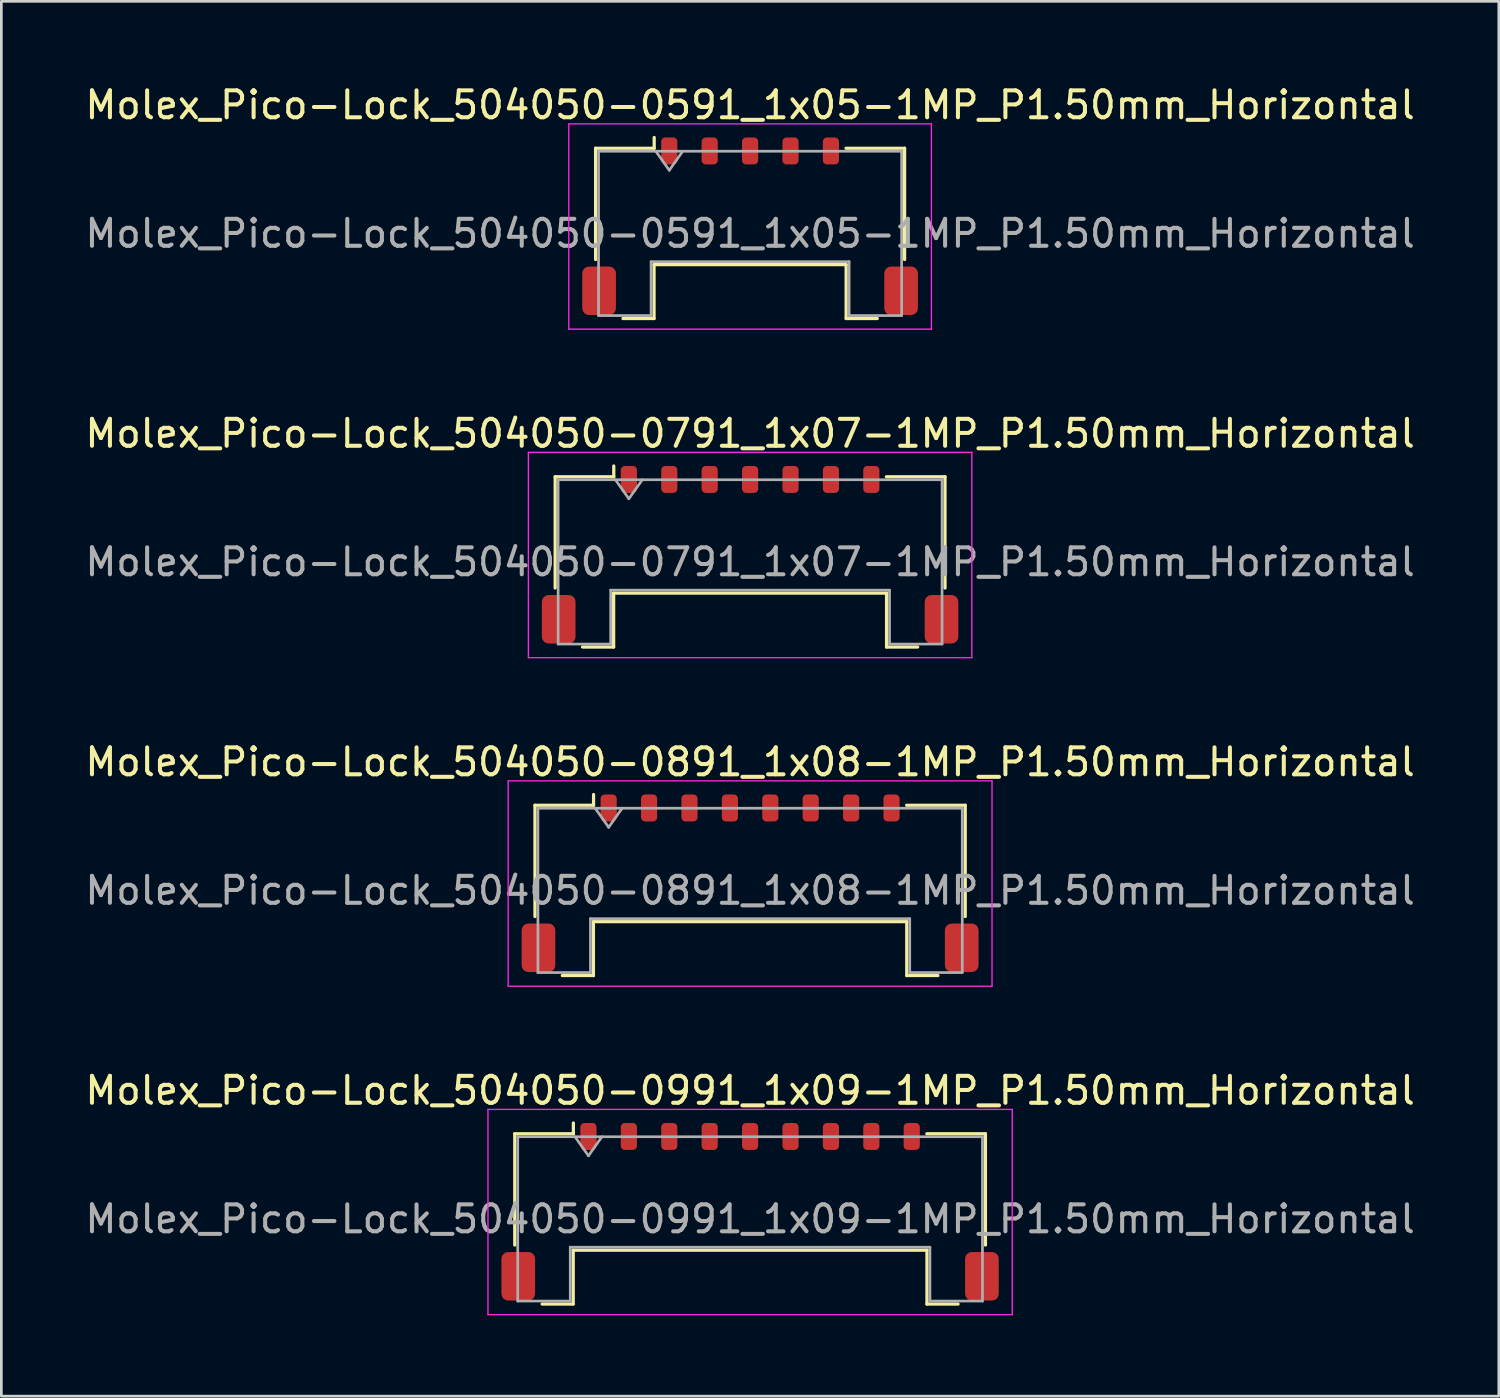
<source format=kicad_pcb>
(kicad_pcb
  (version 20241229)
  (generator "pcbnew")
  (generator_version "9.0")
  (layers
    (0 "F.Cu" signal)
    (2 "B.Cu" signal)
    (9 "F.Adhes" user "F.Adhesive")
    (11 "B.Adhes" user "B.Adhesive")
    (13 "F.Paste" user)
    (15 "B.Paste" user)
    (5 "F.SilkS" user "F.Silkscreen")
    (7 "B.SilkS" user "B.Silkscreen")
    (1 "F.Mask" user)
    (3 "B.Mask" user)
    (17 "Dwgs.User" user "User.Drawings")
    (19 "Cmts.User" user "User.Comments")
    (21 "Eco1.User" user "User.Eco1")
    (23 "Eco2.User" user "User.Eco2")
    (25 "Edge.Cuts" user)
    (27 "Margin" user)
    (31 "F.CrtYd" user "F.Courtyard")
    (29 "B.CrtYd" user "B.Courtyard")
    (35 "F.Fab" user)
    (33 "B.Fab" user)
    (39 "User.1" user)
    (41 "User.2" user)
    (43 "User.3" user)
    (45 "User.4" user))
  (footprint "Molex_Pico-Lock_504050-0991_1x09-1MP_P1.50mm_Horizontal"
    (layer "F.Cu")
    (at 24.792 41.928)
    (property "Reference" "Molex_Pico-Lock_504050-0991_1x09-1MP_P1.50mm_Horizontal" (at 0 -4.5 0) (layer "F.SilkS") (effects (font (size 1 1) (thickness 0.15))))
    (attr smd)
    (fp_line (start -8.735 -2.895) (end -6.56 -2.895) (stroke (width 0.12) (type solid)) (layer "F.SilkS"))
    (fp_line (start -8.735 1.235) (end -8.735 -2.895) (stroke (width 0.12) (type solid)) (layer "F.SilkS"))
    (fp_line (start -7.72 3.425) (end -6.565 3.425) (stroke (width 0.12) (type solid)) (layer "F.SilkS"))
    (fp_line (start -6.565 1.425) (end 6.565 1.425) (stroke (width 0.12) (type solid)) (layer "F.SilkS"))
    (fp_line (start -6.565 3.425) (end -6.565 1.425) (stroke (width 0.12) (type solid)) (layer "F.SilkS"))
    (fp_line (start -6.56 -2.895) (end -6.56 -3.295) (stroke (width 0.12) (type solid)) (layer "F.SilkS"))
    (fp_line (start 6.565 1.425) (end 6.565 3.425) (stroke (width 0.12) (type solid)) (layer "F.SilkS"))
    (fp_line (start 6.565 3.425) (end 7.72 3.425) (stroke (width 0.12) (type solid)) (layer "F.SilkS"))
    (fp_line (start 8.735 -2.895) (end 6.56 -2.895) (stroke (width 0.12) (type solid)) (layer "F.SilkS"))
    (fp_line (start 8.735 1.235) (end 8.735 -2.895) (stroke (width 0.12) (type solid)) (layer "F.SilkS"))
    (fp_line (start -9.73 -3.8) (end -9.73 3.82) (stroke (width 0.05) (type solid)) (layer "F.CrtYd"))
    (fp_line (start -9.73 3.82) (end 9.73 3.82) (stroke (width 0.05) (type solid)) (layer "F.CrtYd"))
    (fp_line (start 9.73 -3.8) (end -9.73 -3.8) (stroke (width 0.05) (type solid)) (layer "F.CrtYd"))
    (fp_line (start 9.73 3.82) (end 9.73 -3.8) (stroke (width 0.05) (type solid)) (layer "F.CrtYd"))
    (fp_line (start -8.625 -2.785) (end -8.625 3.315) (stroke (width 0.1) (type solid)) (layer "F.Fab"))
    (fp_line (start -8.625 -2.785) (end 8.625 -2.785) (stroke (width 0.1) (type solid)) (layer "F.Fab"))
    (fp_line (start -8.625 3.315) (end -6.675 3.315) (stroke (width 0.1) (type solid)) (layer "F.Fab"))
    (fp_line (start -6.675 1.315) (end 6.675 1.315) (stroke (width 0.1) (type solid)) (layer "F.Fab"))
    (fp_line (start -6.675 3.315) (end -6.675 1.315) (stroke (width 0.1) (type solid)) (layer "F.Fab"))
    (fp_line (start -6.5 -2.785) (end -6 -2.078) (stroke (width 0.1) (type solid)) (layer "F.Fab"))
    (fp_line (start -6 -2.078) (end -5.5 -2.785) (stroke (width 0.1) (type solid)) (layer "F.Fab"))
    (fp_line (start 6.675 1.315) (end 6.675 3.315) (stroke (width 0.1) (type solid)) (layer "F.Fab"))
    (fp_line (start 6.675 3.315) (end 8.625 3.315) (stroke (width 0.1) (type solid)) (layer "F.Fab"))
    (fp_line (start 8.625 -2.785) (end 8.625 3.315) (stroke (width 0.1) (type solid)) (layer "F.Fab"))
    (fp_text user "${REFERENCE}" (at 0 0.27 0) (layer "F.Fab") (effects (font (size 1 1) (thickness 0.15))))
    (pad "1" smd roundrect (at -6 -2.795) (size 0.6 1) (layers "F.Cu" "F.Mask" "F.Paste") (roundrect_rratio 0.25))
    (pad "2" smd roundrect (at -4.5 -2.795) (size 0.6 1) (layers "F.Cu" "F.Mask" "F.Paste") (roundrect_rratio 0.25))
    (pad "3" smd roundrect (at -3 -2.795) (size 0.6 1) (layers "F.Cu" "F.Mask" "F.Paste") (roundrect_rratio 0.25))
    (pad "4" smd roundrect (at -1.5 -2.795) (size 0.6 1) (layers "F.Cu" "F.Mask" "F.Paste") (roundrect_rratio 0.25))
    (pad "5" smd roundrect (at 0 -2.795) (size 0.6 1) (layers "F.Cu" "F.Mask" "F.Paste") (roundrect_rratio 0.25))
    (pad "6" smd roundrect (at 1.5 -2.795) (size 0.6 1) (layers "F.Cu" "F.Mask" "F.Paste") (roundrect_rratio 0.25))
    (pad "7" smd roundrect (at 3 -2.795) (size 0.6 1) (layers "F.Cu" "F.Mask" "F.Paste") (roundrect_rratio 0.25))
    (pad "8" smd roundrect (at 4.5 -2.795) (size 0.6 1) (layers "F.Cu" "F.Mask" "F.Paste") (roundrect_rratio 0.25))
    (pad "9" smd roundrect (at 6 -2.795) (size 0.6 1) (layers "F.Cu" "F.Mask" "F.Paste") (roundrect_rratio 0.25))
    (pad "MP" smd roundrect (at -8.605 2.395) (size 1.25 1.8) (layers "F.Cu" "F.Mask" "F.Paste") (roundrect_rratio 0.2))
    (pad "MP" smd roundrect (at 8.605 2.395) (size 1.25 1.8) (layers "F.Cu" "F.Mask" "F.Paste") (roundrect_rratio 0.2)))
  (footprint "Molex_Pico-Lock_504050-0791_1x07-1MP_P1.50mm_Horizontal"
    (layer "F.Cu")
    (at 24.792 17.541)
    (property "Reference" "Molex_Pico-Lock_504050-0791_1x07-1MP_P1.50mm_Horizontal" (at 0 -4.5 0) (layer "F.SilkS") (effects (font (size 1 1) (thickness 0.15))))
    (attr smd)
    (fp_line (start -7.235 -2.895) (end -5.06 -2.895) (stroke (width 0.12) (type solid)) (layer "F.SilkS"))
    (fp_line (start -7.235 1.235) (end -7.235 -2.895) (stroke (width 0.12) (type solid)) (layer "F.SilkS"))
    (fp_line (start -6.22 3.425) (end -5.065 3.425) (stroke (width 0.12) (type solid)) (layer "F.SilkS"))
    (fp_line (start -5.065 1.425) (end 5.065 1.425) (stroke (width 0.12) (type solid)) (layer "F.SilkS"))
    (fp_line (start -5.065 3.425) (end -5.065 1.425) (stroke (width 0.12) (type solid)) (layer "F.SilkS"))
    (fp_line (start -5.06 -2.895) (end -5.06 -3.295) (stroke (width 0.12) (type solid)) (layer "F.SilkS"))
    (fp_line (start 5.065 1.425) (end 5.065 3.425) (stroke (width 0.12) (type solid)) (layer "F.SilkS"))
    (fp_line (start 5.065 3.425) (end 6.22 3.425) (stroke (width 0.12) (type solid)) (layer "F.SilkS"))
    (fp_line (start 7.235 -2.895) (end 5.06 -2.895) (stroke (width 0.12) (type solid)) (layer "F.SilkS"))
    (fp_line (start 7.235 1.235) (end 7.235 -2.895) (stroke (width 0.12) (type solid)) (layer "F.SilkS"))
    (fp_line (start -8.23 -3.8) (end -8.23 3.82) (stroke (width 0.05) (type solid)) (layer "F.CrtYd"))
    (fp_line (start -8.23 3.82) (end 8.23 3.82) (stroke (width 0.05) (type solid)) (layer "F.CrtYd"))
    (fp_line (start 8.23 -3.8) (end -8.23 -3.8) (stroke (width 0.05) (type solid)) (layer "F.CrtYd"))
    (fp_line (start 8.23 3.82) (end 8.23 -3.8) (stroke (width 0.05) (type solid)) (layer "F.CrtYd"))
    (fp_line (start -7.125 -2.785) (end -7.125 3.315) (stroke (width 0.1) (type solid)) (layer "F.Fab"))
    (fp_line (start -7.125 -2.785) (end 7.125 -2.785) (stroke (width 0.1) (type solid)) (layer "F.Fab"))
    (fp_line (start -7.125 3.315) (end -5.175 3.315) (stroke (width 0.1) (type solid)) (layer "F.Fab"))
    (fp_line (start -5.175 1.315) (end 5.175 1.315) (stroke (width 0.1) (type solid)) (layer "F.Fab"))
    (fp_line (start -5.175 3.315) (end -5.175 1.315) (stroke (width 0.1) (type solid)) (layer "F.Fab"))
    (fp_line (start -5 -2.785) (end -4.5 -2.078) (stroke (width 0.1) (type solid)) (layer "F.Fab"))
    (fp_line (start -4.5 -2.078) (end -4 -2.785) (stroke (width 0.1) (type solid)) (layer "F.Fab"))
    (fp_line (start 5.175 1.315) (end 5.175 3.315) (stroke (width 0.1) (type solid)) (layer "F.Fab"))
    (fp_line (start 5.175 3.315) (end 7.125 3.315) (stroke (width 0.1) (type solid)) (layer "F.Fab"))
    (fp_line (start 7.125 -2.785) (end 7.125 3.315) (stroke (width 0.1) (type solid)) (layer "F.Fab"))
    (fp_text user "${REFERENCE}" (at 0 0.27 0) (layer "F.Fab") (effects (font (size 1 1) (thickness 0.15))))
    (pad "1" smd roundrect (at -4.5 -2.795) (size 0.6 1) (layers "F.Cu" "F.Mask" "F.Paste") (roundrect_rratio 0.25))
    (pad "2" smd roundrect (at -3 -2.795) (size 0.6 1) (layers "F.Cu" "F.Mask" "F.Paste") (roundrect_rratio 0.25))
    (pad "3" smd roundrect (at -1.5 -2.795) (size 0.6 1) (layers "F.Cu" "F.Mask" "F.Paste") (roundrect_rratio 0.25))
    (pad "4" smd roundrect (at 0 -2.795) (size 0.6 1) (layers "F.Cu" "F.Mask" "F.Paste") (roundrect_rratio 0.25))
    (pad "5" smd roundrect (at 1.5 -2.795) (size 0.6 1) (layers "F.Cu" "F.Mask" "F.Paste") (roundrect_rratio 0.25))
    (pad "6" smd roundrect (at 3 -2.795) (size 0.6 1) (layers "F.Cu" "F.Mask" "F.Paste") (roundrect_rratio 0.25))
    (pad "7" smd roundrect (at 4.5 -2.795) (size 0.6 1) (layers "F.Cu" "F.Mask" "F.Paste") (roundrect_rratio 0.25))
    (pad "MP" smd roundrect (at -7.105 2.395) (size 1.25 1.8) (layers "F.Cu" "F.Mask" "F.Paste") (roundrect_rratio 0.2))
    (pad "MP" smd roundrect (at 7.105 2.395) (size 1.25 1.8) (layers "F.Cu" "F.Mask" "F.Paste") (roundrect_rratio 0.2)))
  (footprint "Molex_Pico-Lock_504050-0891_1x08-1MP_P1.50mm_Horizontal"
    (layer "F.Cu")
    (at 24.792 29.735)
    (property "Reference" "Molex_Pico-Lock_504050-0891_1x08-1MP_P1.50mm_Horizontal" (at 0 -4.5 0) (layer "F.SilkS") (effects (font (size 1 1) (thickness 0.15))))
    (attr smd)
    (fp_line (start -7.985 -2.895) (end -5.81 -2.895) (stroke (width 0.12) (type solid)) (layer "F.SilkS"))
    (fp_line (start -7.985 1.235) (end -7.985 -2.895) (stroke (width 0.12) (type solid)) (layer "F.SilkS"))
    (fp_line (start -6.97 3.425) (end -5.815 3.425) (stroke (width 0.12) (type solid)) (layer "F.SilkS"))
    (fp_line (start -5.815 1.425) (end 5.815 1.425) (stroke (width 0.12) (type solid)) (layer "F.SilkS"))
    (fp_line (start -5.815 3.425) (end -5.815 1.425) (stroke (width 0.12) (type solid)) (layer "F.SilkS"))
    (fp_line (start -5.81 -2.895) (end -5.81 -3.295) (stroke (width 0.12) (type solid)) (layer "F.SilkS"))
    (fp_line (start 5.815 1.425) (end 5.815 3.425) (stroke (width 0.12) (type solid)) (layer "F.SilkS"))
    (fp_line (start 5.815 3.425) (end 6.97 3.425) (stroke (width 0.12) (type solid)) (layer "F.SilkS"))
    (fp_line (start 7.985 -2.895) (end 5.81 -2.895) (stroke (width 0.12) (type solid)) (layer "F.SilkS"))
    (fp_line (start 7.985 1.235) (end 7.985 -2.895) (stroke (width 0.12) (type solid)) (layer "F.SilkS"))
    (fp_line (start -8.98 -3.8) (end -8.98 3.82) (stroke (width 0.05) (type solid)) (layer "F.CrtYd"))
    (fp_line (start -8.98 3.82) (end 8.98 3.82) (stroke (width 0.05) (type solid)) (layer "F.CrtYd"))
    (fp_line (start 8.98 -3.8) (end -8.98 -3.8) (stroke (width 0.05) (type solid)) (layer "F.CrtYd"))
    (fp_line (start 8.98 3.82) (end 8.98 -3.8) (stroke (width 0.05) (type solid)) (layer "F.CrtYd"))
    (fp_line (start -7.875 -2.785) (end -7.875 3.315) (stroke (width 0.1) (type solid)) (layer "F.Fab"))
    (fp_line (start -7.875 -2.785) (end 7.875 -2.785) (stroke (width 0.1) (type solid)) (layer "F.Fab"))
    (fp_line (start -7.875 3.315) (end -5.925 3.315) (stroke (width 0.1) (type solid)) (layer "F.Fab"))
    (fp_line (start -5.925 1.315) (end 5.925 1.315) (stroke (width 0.1) (type solid)) (layer "F.Fab"))
    (fp_line (start -5.925 3.315) (end -5.925 1.315) (stroke (width 0.1) (type solid)) (layer "F.Fab"))
    (fp_line (start -5.75 -2.785) (end -5.25 -2.078) (stroke (width 0.1) (type solid)) (layer "F.Fab"))
    (fp_line (start -5.25 -2.078) (end -4.75 -2.785) (stroke (width 0.1) (type solid)) (layer "F.Fab"))
    (fp_line (start 5.925 1.315) (end 5.925 3.315) (stroke (width 0.1) (type solid)) (layer "F.Fab"))
    (fp_line (start 5.925 3.315) (end 7.875 3.315) (stroke (width 0.1) (type solid)) (layer "F.Fab"))
    (fp_line (start 7.875 -2.785) (end 7.875 3.315) (stroke (width 0.1) (type solid)) (layer "F.Fab"))
    (fp_text user "${REFERENCE}" (at 0 0.27 0) (layer "F.Fab") (effects (font (size 1 1) (thickness 0.15))))
    (pad "1" smd roundrect (at -5.25 -2.795) (size 0.6 1) (layers "F.Cu" "F.Mask" "F.Paste") (roundrect_rratio 0.25))
    (pad "2" smd roundrect (at -3.75 -2.795) (size 0.6 1) (layers "F.Cu" "F.Mask" "F.Paste") (roundrect_rratio 0.25))
    (pad "3" smd roundrect (at -2.25 -2.795) (size 0.6 1) (layers "F.Cu" "F.Mask" "F.Paste") (roundrect_rratio 0.25))
    (pad "4" smd roundrect (at -0.75 -2.795) (size 0.6 1) (layers "F.Cu" "F.Mask" "F.Paste") (roundrect_rratio 0.25))
    (pad "5" smd roundrect (at 0.75 -2.795) (size 0.6 1) (layers "F.Cu" "F.Mask" "F.Paste") (roundrect_rratio 0.25))
    (pad "6" smd roundrect (at 2.25 -2.795) (size 0.6 1) (layers "F.Cu" "F.Mask" "F.Paste") (roundrect_rratio 0.25))
    (pad "7" smd roundrect (at 3.75 -2.795) (size 0.6 1) (layers "F.Cu" "F.Mask" "F.Paste") (roundrect_rratio 0.25))
    (pad "8" smd roundrect (at 5.25 -2.795) (size 0.6 1) (layers "F.Cu" "F.Mask" "F.Paste") (roundrect_rratio 0.25))
    (pad "MP" smd roundrect (at -7.855 2.395) (size 1.25 1.8) (layers "F.Cu" "F.Mask" "F.Paste") (roundrect_rratio 0.2))
    (pad "MP" smd roundrect (at 7.855 2.395) (size 1.25 1.8) (layers "F.Cu" "F.Mask" "F.Paste") (roundrect_rratio 0.2)))
  (footprint "Molex_Pico-Lock_504050-0591_1x05-1MP_P1.50mm_Horizontal"
    (layer "F.Cu")
    (at 24.792 5.348)
    (property "Reference" "Molex_Pico-Lock_504050-0591_1x05-1MP_P1.50mm_Horizontal" (at 0 -4.5 0) (layer "F.SilkS") (effects (font (size 1 1) (thickness 0.15))))
    (attr smd)
    (fp_line (start -5.735 -2.895) (end -3.56 -2.895) (stroke (width 0.12) (type solid)) (layer "F.SilkS"))
    (fp_line (start -5.735 1.235) (end -5.735 -2.895) (stroke (width 0.12) (type solid)) (layer "F.SilkS"))
    (fp_line (start -4.72 3.425) (end -3.565 3.425) (stroke (width 0.12) (type solid)) (layer "F.SilkS"))
    (fp_line (start -3.565 1.425) (end 3.565 1.425) (stroke (width 0.12) (type solid)) (layer "F.SilkS"))
    (fp_line (start -3.565 3.425) (end -3.565 1.425) (stroke (width 0.12) (type solid)) (layer "F.SilkS"))
    (fp_line (start -3.56 -2.895) (end -3.56 -3.295) (stroke (width 0.12) (type solid)) (layer "F.SilkS"))
    (fp_line (start 3.565 1.425) (end 3.565 3.425) (stroke (width 0.12) (type solid)) (layer "F.SilkS"))
    (fp_line (start 3.565 3.425) (end 4.72 3.425) (stroke (width 0.12) (type solid)) (layer "F.SilkS"))
    (fp_line (start 5.735 -2.895) (end 3.56 -2.895) (stroke (width 0.12) (type solid)) (layer "F.SilkS"))
    (fp_line (start 5.735 1.235) (end 5.735 -2.895) (stroke (width 0.12) (type solid)) (layer "F.SilkS"))
    (fp_line (start -6.73 -3.8) (end -6.73 3.82) (stroke (width 0.05) (type solid)) (layer "F.CrtYd"))
    (fp_line (start -6.73 3.82) (end 6.73 3.82) (stroke (width 0.05) (type solid)) (layer "F.CrtYd"))
    (fp_line (start 6.73 -3.8) (end -6.73 -3.8) (stroke (width 0.05) (type solid)) (layer "F.CrtYd"))
    (fp_line (start 6.73 3.82) (end 6.73 -3.8) (stroke (width 0.05) (type solid)) (layer "F.CrtYd"))
    (fp_line (start -5.625 -2.785) (end -5.625 3.315) (stroke (width 0.1) (type solid)) (layer "F.Fab"))
    (fp_line (start -5.625 -2.785) (end 5.625 -2.785) (stroke (width 0.1) (type solid)) (layer "F.Fab"))
    (fp_line (start -5.625 3.315) (end -3.675 3.315) (stroke (width 0.1) (type solid)) (layer "F.Fab"))
    (fp_line (start -3.675 1.315) (end 3.675 1.315) (stroke (width 0.1) (type solid)) (layer "F.Fab"))
    (fp_line (start -3.675 3.315) (end -3.675 1.315) (stroke (width 0.1) (type solid)) (layer "F.Fab"))
    (fp_line (start -3.5 -2.785) (end -3 -2.078) (stroke (width 0.1) (type solid)) (layer "F.Fab"))
    (fp_line (start -3 -2.078) (end -2.5 -2.785) (stroke (width 0.1) (type solid)) (layer "F.Fab"))
    (fp_line (start 3.675 1.315) (end 3.675 3.315) (stroke (width 0.1) (type solid)) (layer "F.Fab"))
    (fp_line (start 3.675 3.315) (end 5.625 3.315) (stroke (width 0.1) (type solid)) (layer "F.Fab"))
    (fp_line (start 5.625 -2.785) (end 5.625 3.315) (stroke (width 0.1) (type solid)) (layer "F.Fab"))
    (fp_text user "${REFERENCE}" (at 0 0.27 0) (layer "F.Fab") (effects (font (size 1 1) (thickness 0.15))))
    (pad "1" smd roundrect (at -3 -2.795) (size 0.6 1) (layers "F.Cu" "F.Mask" "F.Paste") (roundrect_rratio 0.25))
    (pad "2" smd roundrect (at -1.5 -2.795) (size 0.6 1) (layers "F.Cu" "F.Mask" "F.Paste") (roundrect_rratio 0.25))
    (pad "3" smd roundrect (at 0 -2.795) (size 0.6 1) (layers "F.Cu" "F.Mask" "F.Paste") (roundrect_rratio 0.25))
    (pad "4" smd roundrect (at 1.5 -2.795) (size 0.6 1) (layers "F.Cu" "F.Mask" "F.Paste") (roundrect_rratio 0.25))
    (pad "5" smd roundrect (at 3 -2.795) (size 0.6 1) (layers "F.Cu" "F.Mask" "F.Paste") (roundrect_rratio 0.25))
    (pad "MP" smd roundrect (at -5.605 2.395) (size 1.25 1.8) (layers "F.Cu" "F.Mask" "F.Paste") (roundrect_rratio 0.2))
    (pad "MP" smd roundrect (at 5.605 2.395) (size 1.25 1.8) (layers "F.Cu" "F.Mask" "F.Paste") (roundrect_rratio 0.2)))
  (gr_rect
    (start -3 -3)
    (end 52.583 48.773)
    (stroke (width 0.1) (type default))
    (fill no)
    (layer "Edge.Cuts")))
</source>
